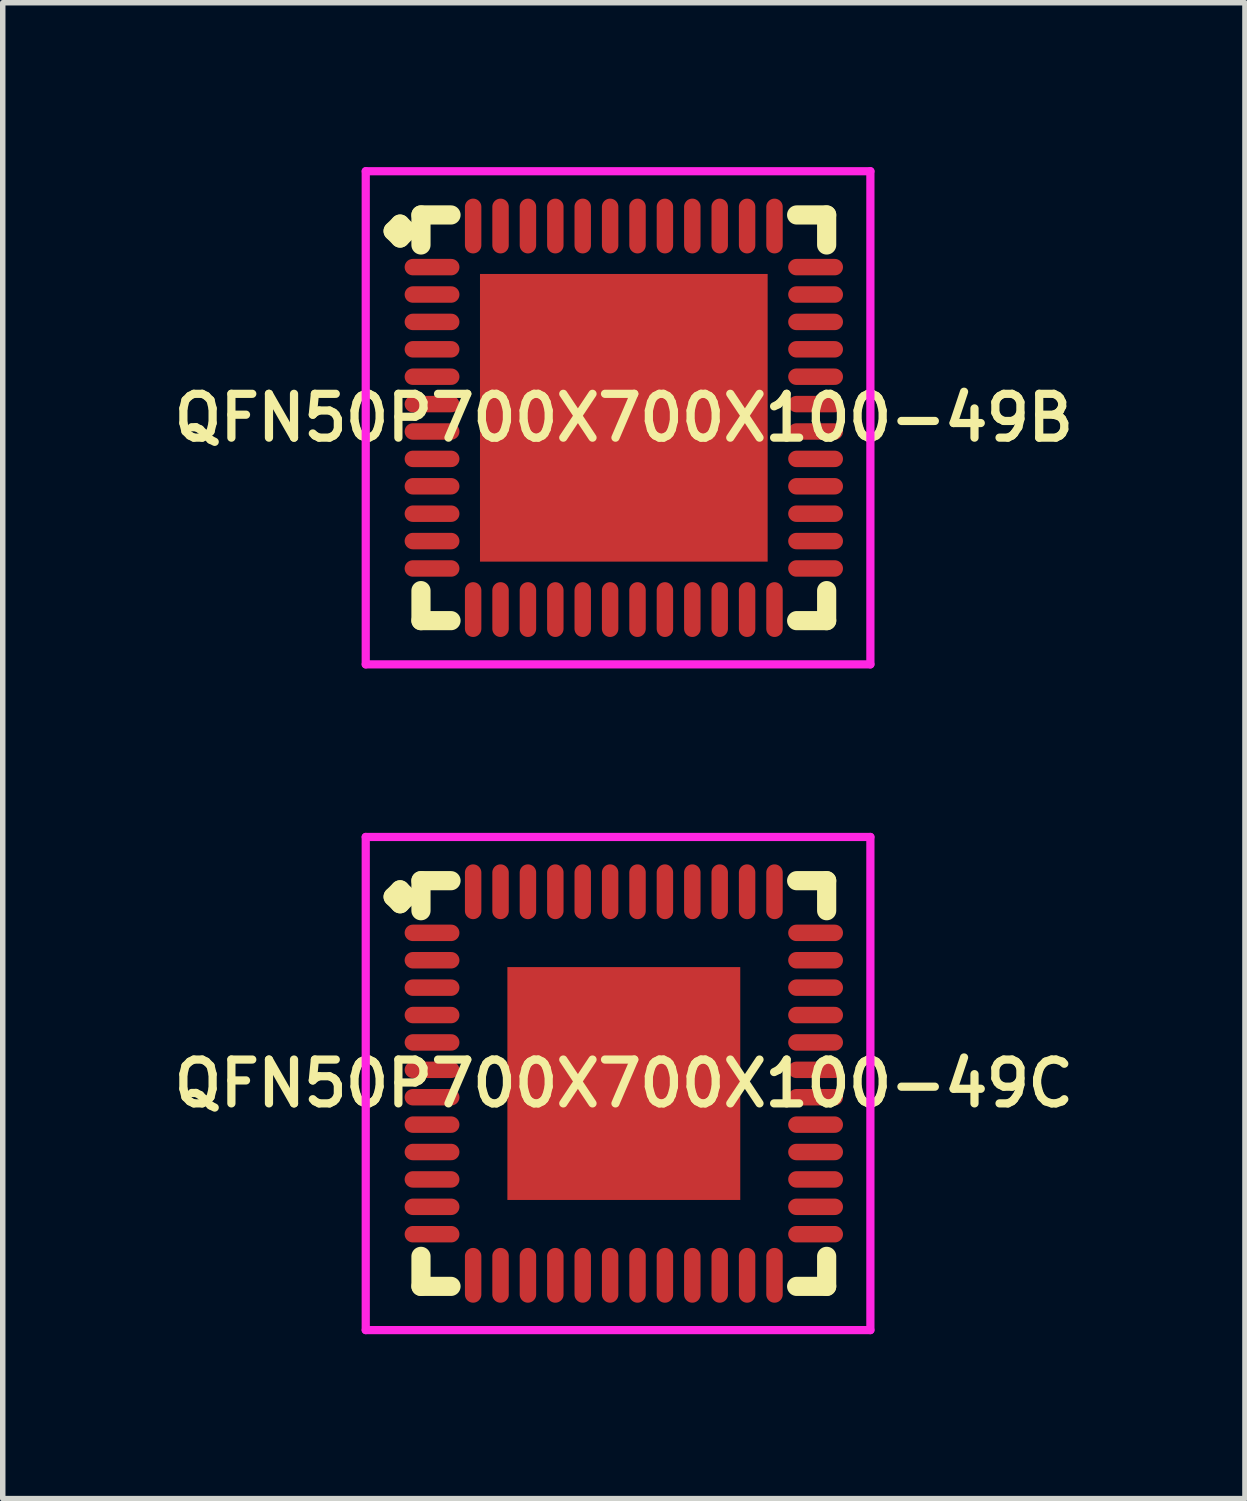
<source format=kicad_pcb>
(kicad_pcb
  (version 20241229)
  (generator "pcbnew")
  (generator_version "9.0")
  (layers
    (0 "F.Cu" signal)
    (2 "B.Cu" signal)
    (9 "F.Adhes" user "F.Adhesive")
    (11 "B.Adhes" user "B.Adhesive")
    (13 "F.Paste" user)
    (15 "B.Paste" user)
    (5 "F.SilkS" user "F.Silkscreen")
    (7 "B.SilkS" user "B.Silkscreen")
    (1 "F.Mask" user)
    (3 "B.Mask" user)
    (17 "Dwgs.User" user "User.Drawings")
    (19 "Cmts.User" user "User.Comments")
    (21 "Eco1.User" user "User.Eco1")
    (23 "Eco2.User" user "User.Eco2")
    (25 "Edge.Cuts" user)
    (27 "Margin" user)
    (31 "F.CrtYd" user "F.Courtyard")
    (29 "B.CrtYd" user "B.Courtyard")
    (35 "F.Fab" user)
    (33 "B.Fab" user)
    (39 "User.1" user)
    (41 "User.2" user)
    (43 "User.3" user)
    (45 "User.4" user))
  (footprint "QFN50P700X700X100-49B"
    (layer "F.Cu")
    (at 8.335 4.575)
    (property "Reference" "QFN50P700X700X100-49B" (at 0 0 0) (layer "F.SilkS") (effects (font (size 0.8 0.8) (thickness 0.15))))
    (attr smd)
    (fp_line (start -4.21 -3.408) (end -4.083 -3.535) (stroke (width 0.35) (type solid)) (layer "F.SilkS"))
    (fp_line (start -4.083 -3.535) (end -3.956 -3.408) (stroke (width 0.35) (type solid)) (layer "F.SilkS"))
    (fp_line (start -4.083 -3.281) (end -4.21 -3.408) (stroke (width 0.35) (type solid)) (layer "F.SilkS"))
    (fp_line (start -3.956 -3.408) (end -4.083 -3.281) (stroke (width 0.35) (type solid)) (layer "F.SilkS"))
    (fp_line (start -3.702 -3.702) (end -3.154 -3.702) (stroke (width 0.35) (type solid)) (layer "F.SilkS"))
    (fp_line (start -3.702 -3.154) (end -3.702 -3.702) (stroke (width 0.35) (type solid)) (layer "F.SilkS"))
    (fp_line (start -3.702 3.154) (end -3.702 3.702) (stroke (width 0.35) (type solid)) (layer "F.SilkS"))
    (fp_line (start -3.702 3.702) (end -3.154 3.702) (stroke (width 0.35) (type solid)) (layer "F.SilkS"))
    (fp_line (start 3.154 -3.702) (end 3.702 -3.702) (stroke (width 0.35) (type solid)) (layer "F.SilkS"))
    (fp_line (start 3.154 3.702) (end 3.702 3.702) (stroke (width 0.35) (type solid)) (layer "F.SilkS"))
    (fp_line (start 3.702 -3.702) (end 3.702 -3.154) (stroke (width 0.35) (type solid)) (layer "F.SilkS"))
    (fp_line (start 3.702 3.702) (end 3.702 3.154) (stroke (width 0.35) (type solid)) (layer "F.SilkS"))
    (fp_line (start -4.71 -4.5) (end 4.5 -4.5) (stroke (width 0.15) (type solid)) (layer "F.CrtYd"))
    (fp_line (start -4.71 4.5) (end -4.71 -4.5) (stroke (width 0.15) (type solid)) (layer "F.CrtYd"))
    (fp_line (start 4.5 -4.5) (end 4.5 4.5) (stroke (width 0.15) (type solid)) (layer "F.CrtYd"))
    (fp_line (start 4.5 4.5) (end -4.71 4.5) (stroke (width 0.15) (type solid)) (layer "F.CrtYd"))
    (pad "1" smd oval (at -3.5 -2.75) (size 1 0.3) (layers "F.Cu" "F.Mask" "F.Paste"))
    (pad "2" smd oval (at -3.5 -2.25) (size 1 0.3) (layers "F.Cu" "F.Mask" "F.Paste"))
    (pad "3" smd oval (at -3.5 -1.75) (size 1 0.3) (layers "F.Cu" "F.Mask" "F.Paste"))
    (pad "4" smd oval (at -3.5 -1.25) (size 1 0.3) (layers "F.Cu" "F.Mask" "F.Paste"))
    (pad "5" smd oval (at -3.5 -0.75) (size 1 0.3) (layers "F.Cu" "F.Mask" "F.Paste"))
    (pad "6" smd oval (at -3.5 -0.25) (size 1 0.3) (layers "F.Cu" "F.Mask" "F.Paste"))
    (pad "7" smd oval (at -3.5 0.25) (size 1 0.3) (layers "F.Cu" "F.Mask" "F.Paste"))
    (pad "8" smd oval (at -3.5 0.75) (size 1 0.3) (layers "F.Cu" "F.Mask" "F.Paste"))
    (pad "9" smd oval (at -3.5 1.25) (size 1 0.3) (layers "F.Cu" "F.Mask" "F.Paste"))
    (pad "10" smd oval (at -3.5 1.75) (size 1 0.3) (layers "F.Cu" "F.Mask" "F.Paste"))
    (pad "11" smd oval (at -3.5 2.25) (size 1 0.3) (layers "F.Cu" "F.Mask" "F.Paste"))
    (pad "12" smd oval (at -3.5 2.75) (size 1 0.3) (layers "F.Cu" "F.Mask" "F.Paste"))
    (pad "13" smd oval (at -2.75 3.5) (size 0.3 1) (layers "F.Cu" "F.Mask" "F.Paste"))
    (pad "14" smd oval (at -2.25 3.5) (size 0.3 1) (layers "F.Cu" "F.Mask" "F.Paste"))
    (pad "15" smd oval (at -1.75 3.5) (size 0.3 1) (layers "F.Cu" "F.Mask" "F.Paste"))
    (pad "16" smd oval (at -1.25 3.5) (size 0.3 1) (layers "F.Cu" "F.Mask" "F.Paste"))
    (pad "17" smd oval (at -0.75 3.5) (size 0.3 1) (layers "F.Cu" "F.Mask" "F.Paste"))
    (pad "18" smd oval (at -0.25 3.5) (size 0.3 1) (layers "F.Cu" "F.Mask" "F.Paste"))
    (pad "19" smd oval (at 0.25 3.5) (size 0.3 1) (layers "F.Cu" "F.Mask" "F.Paste"))
    (pad "20" smd oval (at 0.75 3.5) (size 0.3 1) (layers "F.Cu" "F.Mask" "F.Paste"))
    (pad "21" smd oval (at 1.25 3.5) (size 0.3 1) (layers "F.Cu" "F.Mask" "F.Paste"))
    (pad "22" smd oval (at 1.75 3.5) (size 0.3 1) (layers "F.Cu" "F.Mask" "F.Paste"))
    (pad "23" smd oval (at 2.25 3.5) (size 0.3 1) (layers "F.Cu" "F.Mask" "F.Paste"))
    (pad "24" smd oval (at 2.75 3.5) (size 0.3 1) (layers "F.Cu" "F.Mask" "F.Paste"))
    (pad "25" smd oval (at 3.5 2.75) (size 1 0.3) (layers "F.Cu" "F.Mask" "F.Paste"))
    (pad "26" smd oval (at 3.5 2.25) (size 1 0.3) (layers "F.Cu" "F.Mask" "F.Paste"))
    (pad "27" smd oval (at 3.5 1.75) (size 1 0.3) (layers "F.Cu" "F.Mask" "F.Paste"))
    (pad "28" smd oval (at 3.5 1.25) (size 1 0.3) (layers "F.Cu" "F.Mask" "F.Paste"))
    (pad "29" smd oval (at 3.5 0.75) (size 1 0.3) (layers "F.Cu" "F.Mask" "F.Paste"))
    (pad "30" smd oval (at 3.5 0.25) (size 1 0.3) (layers "F.Cu" "F.Mask" "F.Paste"))
    (pad "31" smd oval (at 3.5 -0.25) (size 1 0.3) (layers "F.Cu" "F.Mask" "F.Paste"))
    (pad "32" smd oval (at 3.5 -0.75) (size 1 0.3) (layers "F.Cu" "F.Mask" "F.Paste"))
    (pad "33" smd oval (at 3.5 -1.25) (size 1 0.3) (layers "F.Cu" "F.Mask" "F.Paste"))
    (pad "34" smd oval (at 3.5 -1.75) (size 1 0.3) (layers "F.Cu" "F.Mask" "F.Paste"))
    (pad "35" smd oval (at 3.5 -2.25) (size 1 0.3) (layers "F.Cu" "F.Mask" "F.Paste"))
    (pad "36" smd oval (at 3.5 -2.75) (size 1 0.3) (layers "F.Cu" "F.Mask" "F.Paste"))
    (pad "37" smd oval (at 2.75 -3.5) (size 0.3 1) (layers "F.Cu" "F.Mask" "F.Paste"))
    (pad "38" smd oval (at 2.25 -3.5) (size 0.3 1) (layers "F.Cu" "F.Mask" "F.Paste"))
    (pad "39" smd oval (at 1.75 -3.5) (size 0.3 1) (layers "F.Cu" "F.Mask" "F.Paste"))
    (pad "40" smd oval (at 1.25 -3.5) (size 0.3 1) (layers "F.Cu" "F.Mask" "F.Paste"))
    (pad "41" smd oval (at 0.75 -3.5) (size 0.3 1) (layers "F.Cu" "F.Mask" "F.Paste"))
    (pad "42" smd oval (at 0.25 -3.5) (size 0.3 1) (layers "F.Cu" "F.Mask" "F.Paste"))
    (pad "43" smd oval (at -0.25 -3.5) (size 0.3 1) (layers "F.Cu" "F.Mask" "F.Paste"))
    (pad "44" smd oval (at -0.75 -3.5) (size 0.3 1) (layers "F.Cu" "F.Mask" "F.Paste"))
    (pad "45" smd oval (at -1.25 -3.5) (size 0.3 1) (layers "F.Cu" "F.Mask" "F.Paste"))
    (pad "46" smd oval (at -1.75 -3.5) (size 0.3 1) (layers "F.Cu" "F.Mask" "F.Paste"))
    (pad "47" smd oval (at -2.25 -3.5) (size 0.3 1) (layers "F.Cu" "F.Mask" "F.Paste"))
    (pad "48" smd oval (at -2.75 -3.5) (size 0.3 1) (layers "F.Cu" "F.Mask" "F.Paste"))
    (pad "49" smd rect (at 0 0) (size 5.25 5.25) (layers "F.Cu" "F.Mask" "F.Paste")))
  (footprint "QFN50P700X700X100-49C"
    (layer "F.Cu")
    (at 8.335 16.725)
    (property "Reference" "QFN50P700X700X100-49C" (at 0 0 0) (layer "F.SilkS") (effects (font (size 0.8 0.8) (thickness 0.15))))
    (attr through_hole)
    (fp_line (start -4.21 -3.408) (end -4.083 -3.535) (stroke (width 0.35) (type solid)) (layer "F.SilkS"))
    (fp_line (start -4.083 -3.535) (end -3.956 -3.408) (stroke (width 0.35) (type solid)) (layer "F.SilkS"))
    (fp_line (start -4.083 -3.281) (end -4.21 -3.408) (stroke (width 0.35) (type solid)) (layer "F.SilkS"))
    (fp_line (start -3.956 -3.408) (end -4.083 -3.281) (stroke (width 0.35) (type solid)) (layer "F.SilkS"))
    (fp_line (start -3.702 -3.702) (end -3.154 -3.702) (stroke (width 0.35) (type solid)) (layer "F.SilkS"))
    (fp_line (start -3.702 -3.154) (end -3.702 -3.702) (stroke (width 0.35) (type solid)) (layer "F.SilkS"))
    (fp_line (start -3.702 3.154) (end -3.702 3.702) (stroke (width 0.35) (type solid)) (layer "F.SilkS"))
    (fp_line (start -3.702 3.702) (end -3.154 3.702) (stroke (width 0.35) (type solid)) (layer "F.SilkS"))
    (fp_line (start 3.154 -3.702) (end 3.702 -3.702) (stroke (width 0.35) (type solid)) (layer "F.SilkS"))
    (fp_line (start 3.154 3.702) (end 3.702 3.702) (stroke (width 0.35) (type solid)) (layer "F.SilkS"))
    (fp_line (start 3.702 -3.702) (end 3.702 -3.154) (stroke (width 0.35) (type solid)) (layer "F.SilkS"))
    (fp_line (start 3.702 3.702) (end 3.702 3.154) (stroke (width 0.35) (type solid)) (layer "F.SilkS"))
    (fp_line (start -4.71 -4.5) (end 4.5 -4.5) (stroke (width 0.15) (type solid)) (layer "F.CrtYd"))
    (fp_line (start -4.71 4.5) (end -4.71 -4.5) (stroke (width 0.15) (type solid)) (layer "F.CrtYd"))
    (fp_line (start 4.5 -4.5) (end 4.5 4.5) (stroke (width 0.15) (type solid)) (layer "F.CrtYd"))
    (fp_line (start 4.5 4.5) (end -4.71 4.5) (stroke (width 0.15) (type solid)) (layer "F.CrtYd"))
    (pad "1" smd oval (at -3.5 -2.75) (size 1 0.3) (layers "F.Cu" "F.Mask" "F.Paste"))
    (pad "2" smd oval (at -3.5 -2.25) (size 1 0.3) (layers "F.Cu" "F.Mask" "F.Paste"))
    (pad "3" smd oval (at -3.5 -1.75) (size 1 0.3) (layers "F.Cu" "F.Mask" "F.Paste"))
    (pad "4" smd oval (at -3.5 -1.25) (size 1 0.3) (layers "F.Cu" "F.Mask" "F.Paste"))
    (pad "5" smd oval (at -3.5 -0.75) (size 1 0.3) (layers "F.Cu" "F.Mask" "F.Paste"))
    (pad "6" smd oval (at -3.5 -0.25) (size 1 0.3) (layers "F.Cu" "F.Mask" "F.Paste"))
    (pad "7" smd oval (at -3.5 0.25) (size 1 0.3) (layers "F.Cu" "F.Mask" "F.Paste"))
    (pad "8" smd oval (at -3.5 0.75) (size 1 0.3) (layers "F.Cu" "F.Mask" "F.Paste"))
    (pad "9" smd oval (at -3.5 1.25) (size 1 0.3) (layers "F.Cu" "F.Mask" "F.Paste"))
    (pad "10" smd oval (at -3.5 1.75) (size 1 0.3) (layers "F.Cu" "F.Mask" "F.Paste"))
    (pad "11" smd oval (at -3.5 2.25) (size 1 0.3) (layers "F.Cu" "F.Mask" "F.Paste"))
    (pad "12" smd oval (at -3.5 2.75) (size 1 0.3) (layers "F.Cu" "F.Mask" "F.Paste"))
    (pad "13" smd oval (at -2.75 3.5) (size 0.3 1) (layers "F.Cu" "F.Mask" "F.Paste"))
    (pad "14" smd oval (at -2.25 3.5) (size 0.3 1) (layers "F.Cu" "F.Mask" "F.Paste"))
    (pad "15" smd oval (at -1.75 3.5) (size 0.3 1) (layers "F.Cu" "F.Mask" "F.Paste"))
    (pad "16" smd oval (at -1.25 3.5) (size 0.3 1) (layers "F.Cu" "F.Mask" "F.Paste"))
    (pad "17" smd oval (at -0.75 3.5) (size 0.3 1) (layers "F.Cu" "F.Mask" "F.Paste"))
    (pad "18" smd oval (at -0.25 3.5) (size 0.3 1) (layers "F.Cu" "F.Mask" "F.Paste"))
    (pad "19" smd oval (at 0.25 3.5) (size 0.3 1) (layers "F.Cu" "F.Mask" "F.Paste"))
    (pad "20" smd oval (at 0.75 3.5) (size 0.3 1) (layers "F.Cu" "F.Mask" "F.Paste"))
    (pad "21" smd oval (at 1.25 3.5) (size 0.3 1) (layers "F.Cu" "F.Mask" "F.Paste"))
    (pad "22" smd oval (at 1.75 3.5) (size 0.3 1) (layers "F.Cu" "F.Mask" "F.Paste"))
    (pad "23" smd oval (at 2.25 3.5) (size 0.3 1) (layers "F.Cu" "F.Mask" "F.Paste"))
    (pad "24" smd oval (at 2.75 3.5) (size 0.3 1) (layers "F.Cu" "F.Mask" "F.Paste"))
    (pad "25" smd oval (at 3.5 2.75) (size 1 0.3) (layers "F.Cu" "F.Mask" "F.Paste"))
    (pad "26" smd oval (at 3.5 2.25) (size 1 0.3) (layers "F.Cu" "F.Mask" "F.Paste"))
    (pad "27" smd oval (at 3.5 1.75) (size 1 0.3) (layers "F.Cu" "F.Mask" "F.Paste"))
    (pad "28" smd oval (at 3.5 1.25) (size 1 0.3) (layers "F.Cu" "F.Mask" "F.Paste"))
    (pad "29" smd oval (at 3.5 0.75) (size 1 0.3) (layers "F.Cu" "F.Mask" "F.Paste"))
    (pad "30" smd oval (at 3.5 0.25) (size 1 0.3) (layers "F.Cu" "F.Mask" "F.Paste"))
    (pad "31" smd oval (at 3.5 -0.25) (size 1 0.3) (layers "F.Cu" "F.Mask" "F.Paste"))
    (pad "32" smd oval (at 3.5 -0.75) (size 1 0.3) (layers "F.Cu" "F.Mask" "F.Paste"))
    (pad "33" smd oval (at 3.5 -1.25) (size 1 0.3) (layers "F.Cu" "F.Mask" "F.Paste"))
    (pad "34" smd oval (at 3.5 -1.75) (size 1 0.3) (layers "F.Cu" "F.Mask" "F.Paste"))
    (pad "35" smd oval (at 3.5 -2.25) (size 1 0.3) (layers "F.Cu" "F.Mask" "F.Paste"))
    (pad "36" smd oval (at 3.5 -2.75) (size 1 0.3) (layers "F.Cu" "F.Mask" "F.Paste"))
    (pad "37" smd oval (at 2.75 -3.5) (size 0.3 1) (layers "F.Cu" "F.Mask" "F.Paste"))
    (pad "38" smd oval (at 2.25 -3.5) (size 0.3 1) (layers "F.Cu" "F.Mask" "F.Paste"))
    (pad "39" smd oval (at 1.75 -3.5) (size 0.3 1) (layers "F.Cu" "F.Mask" "F.Paste"))
    (pad "40" smd oval (at 1.25 -3.5) (size 0.3 1) (layers "F.Cu" "F.Mask" "F.Paste"))
    (pad "41" smd oval (at 0.75 -3.5) (size 0.3 1) (layers "F.Cu" "F.Mask" "F.Paste"))
    (pad "42" smd oval (at 0.25 -3.5) (size 0.3 1) (layers "F.Cu" "F.Mask" "F.Paste"))
    (pad "43" smd oval (at -0.25 -3.5) (size 0.3 1) (layers "F.Cu" "F.Mask" "F.Paste"))
    (pad "44" smd oval (at -0.75 -3.5) (size 0.3 1) (layers "F.Cu" "F.Mask" "F.Paste"))
    (pad "45" smd oval (at -1.25 -3.5) (size 0.3 1) (layers "F.Cu" "F.Mask" "F.Paste"))
    (pad "46" smd oval (at -1.75 -3.5) (size 0.3 1) (layers "F.Cu" "F.Mask" "F.Paste"))
    (pad "47" smd oval (at -2.25 -3.5) (size 0.3 1) (layers "F.Cu" "F.Mask" "F.Paste"))
    (pad "48" smd oval (at -2.75 -3.5) (size 0.3 1) (layers "F.Cu" "F.Mask" "F.Paste"))
    (pad "49" smd rect (at 0 0) (size 4.25 4.25) (layers "F.Cu" "F.Mask" "F.Paste")))
  (gr_rect
    (start -3 -3)
    (end 19.671 24.3)
    (stroke (width 0.1) (type default))
    (fill no)
    (layer "Edge.Cuts")))
</source>
